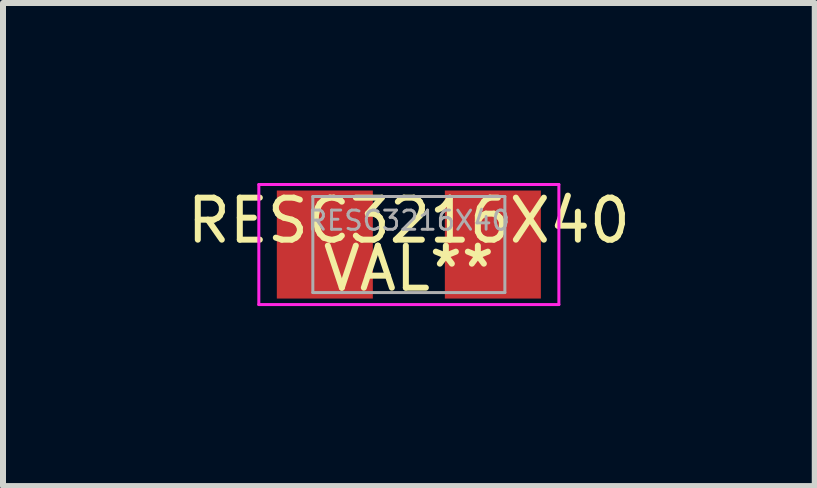
<source format=kicad_pcb>
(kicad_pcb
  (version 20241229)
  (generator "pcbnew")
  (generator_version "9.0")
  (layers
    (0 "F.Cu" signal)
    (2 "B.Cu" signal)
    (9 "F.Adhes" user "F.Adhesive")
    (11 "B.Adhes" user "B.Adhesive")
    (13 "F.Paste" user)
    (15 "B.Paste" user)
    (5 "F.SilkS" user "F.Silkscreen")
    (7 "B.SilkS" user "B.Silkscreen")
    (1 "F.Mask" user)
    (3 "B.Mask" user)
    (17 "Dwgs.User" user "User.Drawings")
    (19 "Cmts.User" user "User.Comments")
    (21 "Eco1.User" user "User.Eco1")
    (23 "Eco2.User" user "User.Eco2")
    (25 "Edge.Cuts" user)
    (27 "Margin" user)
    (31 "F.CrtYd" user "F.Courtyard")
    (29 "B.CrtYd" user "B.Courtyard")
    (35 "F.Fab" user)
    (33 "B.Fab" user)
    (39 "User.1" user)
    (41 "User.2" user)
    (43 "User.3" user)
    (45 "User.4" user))
  (footprint "RESC3216X40"
    (layer "F.Cu")
    (at 3.763 1.025)
    (property "Reference" "RESC3216X40" (at 0 -0.4 0) (layer "F.Fab") (effects (font (size 0.32 0.32) (thickness 0.048))))
    (property "Value" "VAL**" (at 0 0.4 0) (layer "F.Fab") (hide yes) (effects (font (size 0.32 0.32) (thickness 0.048))))
    (attr smd)
    (fp_line (start -2.5 -1) (end 2.5 -1) (stroke (width 0.05) (type solid)) (layer "F.CrtYd"))
    (fp_line (start -2.5 1) (end -2.5 -1) (stroke (width 0.05) (type solid)) (layer "F.CrtYd"))
    (fp_line (start 2.5 -1) (end 2.5 1) (stroke (width 0.05) (type solid)) (layer "F.CrtYd"))
    (fp_line (start 2.5 1) (end -2.5 1) (stroke (width 0.05) (type solid)) (layer "F.CrtYd"))
    (fp_line (start -1.6 -0.8) (end 1.6 -0.8) (stroke (width 0.05) (type solid)) (layer "F.Fab"))
    (fp_line (start -1.6 0.8) (end -1.6 -0.8) (stroke (width 0.05) (type solid)) (layer "F.Fab"))
    (fp_line (start 1.6 -0.8) (end 1.6 0.8) (stroke (width 0.05) (type solid)) (layer "F.Fab"))
    (fp_line (start 1.6 0.8) (end -1.6 0.8) (stroke (width 0.05) (type solid)) (layer "F.Fab"))
    (fp_text user "${REFERENCE}" (at 0 -0.4 0) (layer "F.SilkS") (effects (font (size 0.7 0.7) (thickness 0.1))))
    (fp_text user "${VALUE}" (at 0 0.4 0) (layer "F.SilkS") (effects (font (size 0.7 0.7) (thickness 0.1))))
    (pad "1" smd rect (at -1.4 0) (size 1.6 1.8) (layers "F.Cu" "F.Mask" "F.Paste"))
    (pad "2" smd rect (at 1.4 0) (size 1.6 1.8) (layers "F.Cu" "F.Mask" "F.Paste")))
  (gr_rect
    (start -3 -3)
    (end 10.527 5.05)
    (stroke (width 0.1) (type default))
    (fill no)
    (layer "Edge.Cuts")))
</source>
